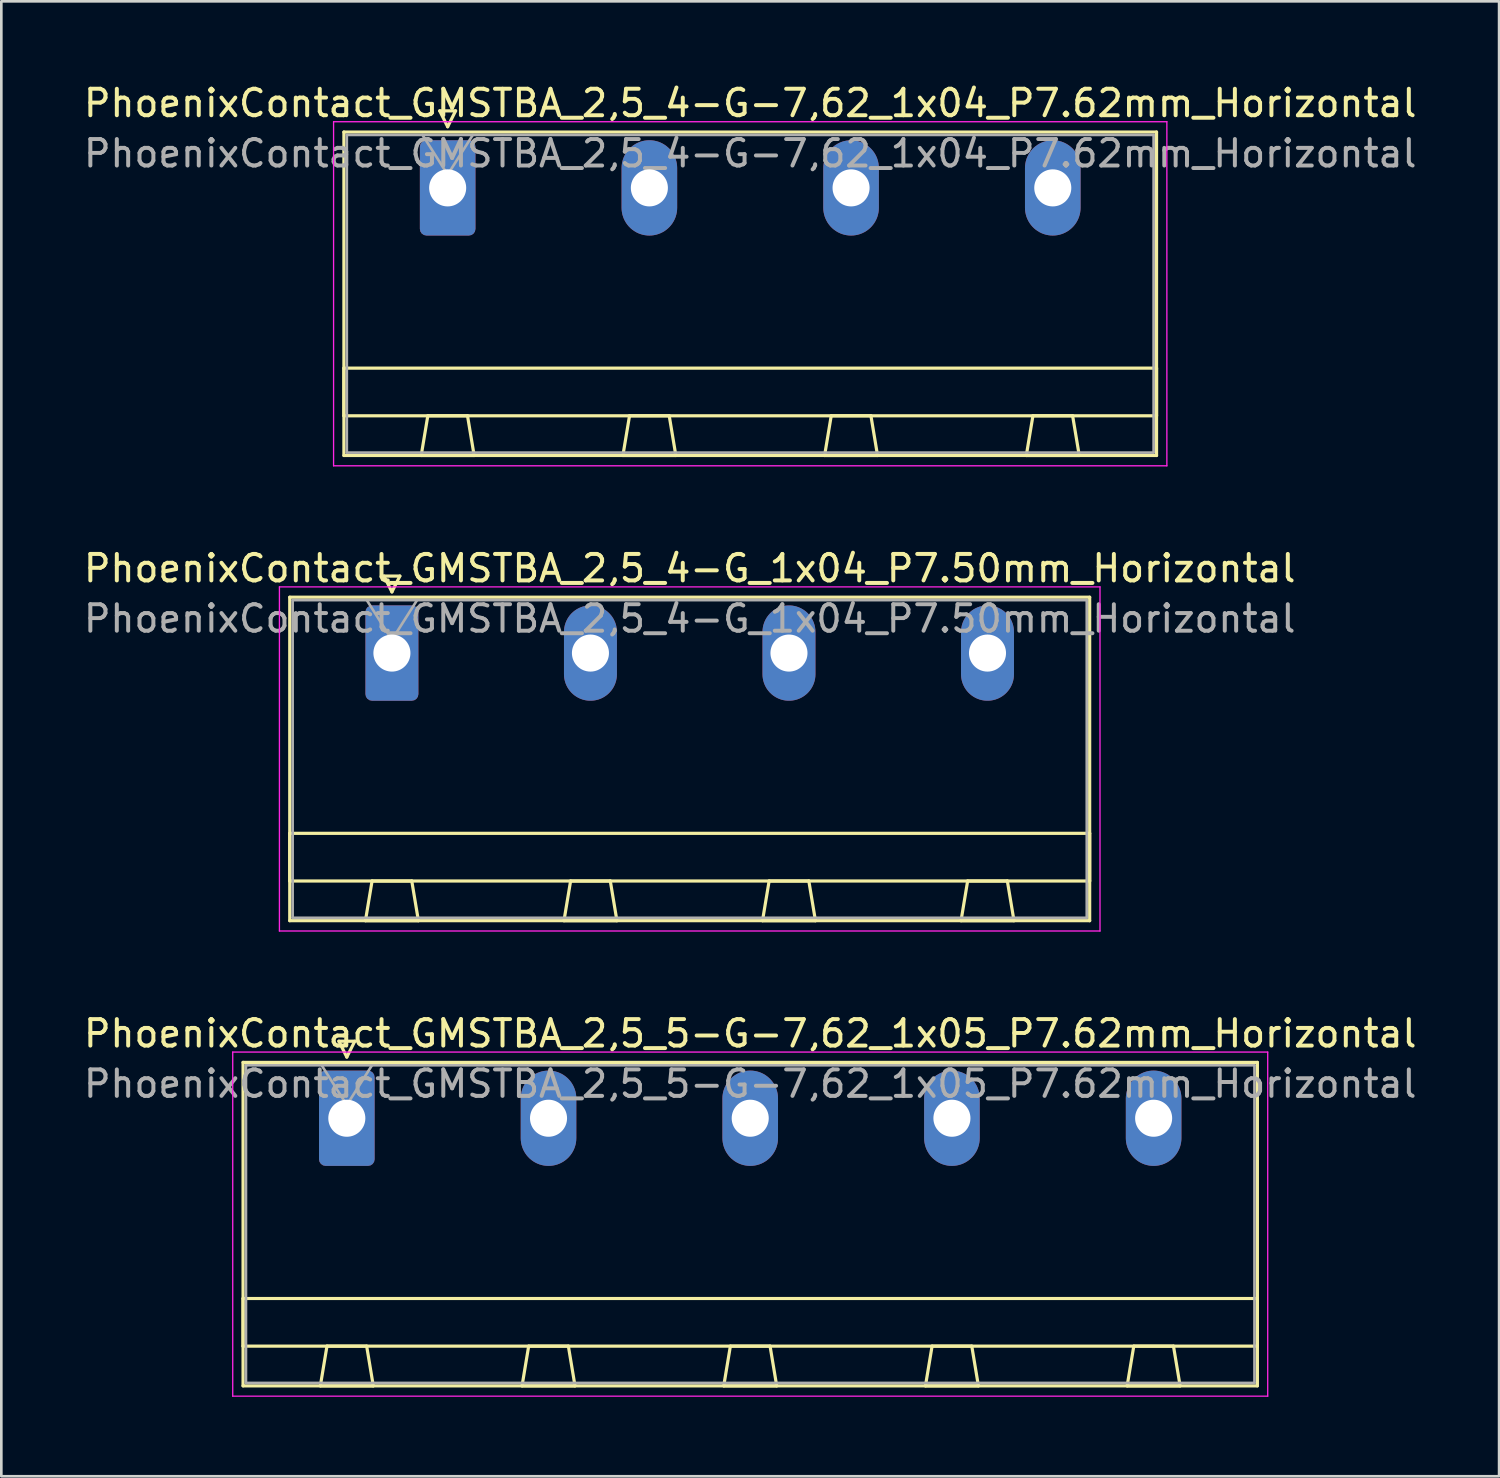
<source format=kicad_pcb>
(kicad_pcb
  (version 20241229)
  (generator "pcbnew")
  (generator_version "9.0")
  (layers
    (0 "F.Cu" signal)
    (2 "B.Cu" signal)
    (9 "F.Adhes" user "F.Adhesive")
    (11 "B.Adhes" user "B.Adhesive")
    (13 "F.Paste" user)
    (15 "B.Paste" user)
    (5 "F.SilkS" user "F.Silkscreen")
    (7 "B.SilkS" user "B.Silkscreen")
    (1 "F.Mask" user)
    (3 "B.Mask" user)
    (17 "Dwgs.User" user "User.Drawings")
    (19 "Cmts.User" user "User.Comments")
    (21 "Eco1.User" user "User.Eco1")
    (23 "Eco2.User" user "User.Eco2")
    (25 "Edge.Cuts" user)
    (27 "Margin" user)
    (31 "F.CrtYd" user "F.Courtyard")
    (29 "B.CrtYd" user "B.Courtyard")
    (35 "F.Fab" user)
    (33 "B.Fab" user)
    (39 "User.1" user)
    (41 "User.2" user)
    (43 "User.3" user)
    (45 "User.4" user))
  (footprint "PhoenixContact_GMSTBA_2,5_4-G-7,62_1x04_P7.62mm_Horizontal"
    (layer "F.Cu")
    (at 13.862 4.048)
    (property "Reference" "PhoenixContact_GMSTBA_2,5_4-G-7,62_1x04_P7.62mm_Horizontal" (at 11.43 -3.2 0) (layer "F.SilkS") (effects (font (size 1 1) (thickness 0.15))))
    (attr through_hole)
    (fp_line (start -3.92 -2.11) (end -3.92 10.11) (stroke (width 0.12) (type solid)) (layer "F.SilkS"))
    (fp_line (start -3.92 6.81) (end 26.78 6.81) (stroke (width 0.12) (type solid)) (layer "F.SilkS"))
    (fp_line (start -3.92 8.61) (end -3.92 6.81) (stroke (width 0.12) (type solid)) (layer "F.SilkS"))
    (fp_line (start -3.92 10.11) (end 26.78 10.11) (stroke (width 0.12) (type solid)) (layer "F.SilkS"))
    (fp_line (start -1 10.11) (end 1 10.11) (stroke (width 0.12) (type solid)) (layer "F.SilkS"))
    (fp_line (start -0.75 8.61) (end -1 10.11) (stroke (width 0.12) (type solid)) (layer "F.SilkS"))
    (fp_line (start -0.3 -2.91) (end 0.3 -2.91) (stroke (width 0.12) (type solid)) (layer "F.SilkS"))
    (fp_line (start 0 -2.31) (end -0.3 -2.91) (stroke (width 0.12) (type solid)) (layer "F.SilkS"))
    (fp_line (start 0.3 -2.91) (end 0 -2.31) (stroke (width 0.12) (type solid)) (layer "F.SilkS"))
    (fp_line (start 0.75 8.61) (end -0.75 8.61) (stroke (width 0.12) (type solid)) (layer "F.SilkS"))
    (fp_line (start 1 10.11) (end 0.75 8.61) (stroke (width 0.12) (type solid)) (layer "F.SilkS"))
    (fp_line (start 6.62 10.11) (end 8.62 10.11) (stroke (width 0.12) (type solid)) (layer "F.SilkS"))
    (fp_line (start 6.87 8.61) (end 6.62 10.11) (stroke (width 0.12) (type solid)) (layer "F.SilkS"))
    (fp_line (start 8.37 8.61) (end 6.87 8.61) (stroke (width 0.12) (type solid)) (layer "F.SilkS"))
    (fp_line (start 8.62 10.11) (end 8.37 8.61) (stroke (width 0.12) (type solid)) (layer "F.SilkS"))
    (fp_line (start 14.24 10.11) (end 16.24 10.11) (stroke (width 0.12) (type solid)) (layer "F.SilkS"))
    (fp_line (start 14.49 8.61) (end 14.24 10.11) (stroke (width 0.12) (type solid)) (layer "F.SilkS"))
    (fp_line (start 15.99 8.61) (end 14.49 8.61) (stroke (width 0.12) (type solid)) (layer "F.SilkS"))
    (fp_line (start 16.24 10.11) (end 15.99 8.61) (stroke (width 0.12) (type solid)) (layer "F.SilkS"))
    (fp_line (start 21.86 10.11) (end 23.86 10.11) (stroke (width 0.12) (type solid)) (layer "F.SilkS"))
    (fp_line (start 22.11 8.61) (end 21.86 10.11) (stroke (width 0.12) (type solid)) (layer "F.SilkS"))
    (fp_line (start 23.61 8.61) (end 22.11 8.61) (stroke (width 0.12) (type solid)) (layer "F.SilkS"))
    (fp_line (start 23.86 10.11) (end 23.61 8.61) (stroke (width 0.12) (type solid)) (layer "F.SilkS"))
    (fp_line (start 26.78 -2.11) (end -3.92 -2.11) (stroke (width 0.12) (type solid)) (layer "F.SilkS"))
    (fp_line (start 26.78 6.81) (end 26.78 8.61) (stroke (width 0.12) (type solid)) (layer "F.SilkS"))
    (fp_line (start 26.78 8.61) (end -3.92 8.61) (stroke (width 0.12) (type solid)) (layer "F.SilkS"))
    (fp_line (start 26.78 10.11) (end 26.78 -2.11) (stroke (width 0.12) (type solid)) (layer "F.SilkS"))
    (fp_line (start -4.31 -2.5) (end -4.31 10.5) (stroke (width 0.05) (type solid)) (layer "F.CrtYd"))
    (fp_line (start -4.31 10.5) (end 27.17 10.5) (stroke (width 0.05) (type solid)) (layer "F.CrtYd"))
    (fp_line (start 27.17 -2.5) (end -4.31 -2.5) (stroke (width 0.05) (type solid)) (layer "F.CrtYd"))
    (fp_line (start 27.17 10.5) (end 27.17 -2.5) (stroke (width 0.05) (type solid)) (layer "F.CrtYd"))
    (fp_line (start -3.81 -2) (end -3.81 10) (stroke (width 0.1) (type solid)) (layer "F.Fab"))
    (fp_line (start -3.81 10) (end 26.67 10) (stroke (width 0.1) (type solid)) (layer "F.Fab"))
    (fp_line (start 0 -0.5) (end -0.95 -2) (stroke (width 0.1) (type solid)) (layer "F.Fab"))
    (fp_line (start 0.95 -2) (end 0 -0.5) (stroke (width 0.1) (type solid)) (layer "F.Fab"))
    (fp_line (start 26.67 -2) (end -3.81 -2) (stroke (width 0.1) (type solid)) (layer "F.Fab"))
    (fp_line (start 26.67 10) (end 26.67 -2) (stroke (width 0.1) (type solid)) (layer "F.Fab"))
    (fp_text user "${REFERENCE}" (at 11.43 -1.3 0) (layer "F.Fab") (effects (font (size 1 1) (thickness 0.15))))
    (pad "1" thru_hole roundrect (at 0 0) (size 2.1 3.6) (drill 1.4) (layers "*.Cu" "*.Mask") (roundrect_rratio 0.119))
    (pad "2" thru_hole oval (at 7.62 0) (size 2.1 3.6) (drill 1.4) (layers "*.Cu" "*.Mask"))
    (pad "3" thru_hole oval (at 15.24 0) (size 2.1 3.6) (drill 1.4) (layers "*.Cu" "*.Mask"))
    (pad "4" thru_hole oval (at 22.86 0) (size 2.1 3.6) (drill 1.4) (layers "*.Cu" "*.Mask")))
  (footprint "PhoenixContact_GMSTBA_2,5_4-G_1x04_P7.50mm_Horizontal"
    (layer "F.Cu")
    (at 11.756 21.622)
    (property "Reference" "PhoenixContact_GMSTBA_2,5_4-G_1x04_P7.50mm_Horizontal" (at 11.25 -3.2 0) (layer "F.SilkS") (effects (font (size 1 1) (thickness 0.15))))
    (attr through_hole)
    (fp_line (start -3.86 -2.11) (end -3.86 10.11) (stroke (width 0.12) (type solid)) (layer "F.SilkS"))
    (fp_line (start -3.86 6.81) (end 26.36 6.81) (stroke (width 0.12) (type solid)) (layer "F.SilkS"))
    (fp_line (start -3.86 8.61) (end -3.86 6.81) (stroke (width 0.12) (type solid)) (layer "F.SilkS"))
    (fp_line (start -3.86 10.11) (end 26.36 10.11) (stroke (width 0.12) (type solid)) (layer "F.SilkS"))
    (fp_line (start -1 10.11) (end 1 10.11) (stroke (width 0.12) (type solid)) (layer "F.SilkS"))
    (fp_line (start -0.75 8.61) (end -1 10.11) (stroke (width 0.12) (type solid)) (layer "F.SilkS"))
    (fp_line (start -0.3 -2.91) (end 0.3 -2.91) (stroke (width 0.12) (type solid)) (layer "F.SilkS"))
    (fp_line (start 0 -2.31) (end -0.3 -2.91) (stroke (width 0.12) (type solid)) (layer "F.SilkS"))
    (fp_line (start 0.3 -2.91) (end 0 -2.31) (stroke (width 0.12) (type solid)) (layer "F.SilkS"))
    (fp_line (start 0.75 8.61) (end -0.75 8.61) (stroke (width 0.12) (type solid)) (layer "F.SilkS"))
    (fp_line (start 1 10.11) (end 0.75 8.61) (stroke (width 0.12) (type solid)) (layer "F.SilkS"))
    (fp_line (start 6.5 10.11) (end 8.5 10.11) (stroke (width 0.12) (type solid)) (layer "F.SilkS"))
    (fp_line (start 6.75 8.61) (end 6.5 10.11) (stroke (width 0.12) (type solid)) (layer "F.SilkS"))
    (fp_line (start 8.25 8.61) (end 6.75 8.61) (stroke (width 0.12) (type solid)) (layer "F.SilkS"))
    (fp_line (start 8.5 10.11) (end 8.25 8.61) (stroke (width 0.12) (type solid)) (layer "F.SilkS"))
    (fp_line (start 14 10.11) (end 16 10.11) (stroke (width 0.12) (type solid)) (layer "F.SilkS"))
    (fp_line (start 14.25 8.61) (end 14 10.11) (stroke (width 0.12) (type solid)) (layer "F.SilkS"))
    (fp_line (start 15.75 8.61) (end 14.25 8.61) (stroke (width 0.12) (type solid)) (layer "F.SilkS"))
    (fp_line (start 16 10.11) (end 15.75 8.61) (stroke (width 0.12) (type solid)) (layer "F.SilkS"))
    (fp_line (start 21.5 10.11) (end 23.5 10.11) (stroke (width 0.12) (type solid)) (layer "F.SilkS"))
    (fp_line (start 21.75 8.61) (end 21.5 10.11) (stroke (width 0.12) (type solid)) (layer "F.SilkS"))
    (fp_line (start 23.25 8.61) (end 21.75 8.61) (stroke (width 0.12) (type solid)) (layer "F.SilkS"))
    (fp_line (start 23.5 10.11) (end 23.25 8.61) (stroke (width 0.12) (type solid)) (layer "F.SilkS"))
    (fp_line (start 26.36 -2.11) (end -3.86 -2.11) (stroke (width 0.12) (type solid)) (layer "F.SilkS"))
    (fp_line (start 26.36 6.81) (end 26.36 8.61) (stroke (width 0.12) (type solid)) (layer "F.SilkS"))
    (fp_line (start 26.36 8.61) (end -3.86 8.61) (stroke (width 0.12) (type solid)) (layer "F.SilkS"))
    (fp_line (start 26.36 10.11) (end 26.36 -2.11) (stroke (width 0.12) (type solid)) (layer "F.SilkS"))
    (fp_line (start -4.25 -2.5) (end -4.25 10.5) (stroke (width 0.05) (type solid)) (layer "F.CrtYd"))
    (fp_line (start -4.25 10.5) (end 26.75 10.5) (stroke (width 0.05) (type solid)) (layer "F.CrtYd"))
    (fp_line (start 26.75 -2.5) (end -4.25 -2.5) (stroke (width 0.05) (type solid)) (layer "F.CrtYd"))
    (fp_line (start 26.75 10.5) (end 26.75 -2.5) (stroke (width 0.05) (type solid)) (layer "F.CrtYd"))
    (fp_line (start -3.75 -2) (end -3.75 10) (stroke (width 0.1) (type solid)) (layer "F.Fab"))
    (fp_line (start -3.75 10) (end 26.25 10) (stroke (width 0.1) (type solid)) (layer "F.Fab"))
    (fp_line (start 0 -0.5) (end -0.95 -2) (stroke (width 0.1) (type solid)) (layer "F.Fab"))
    (fp_line (start 0.95 -2) (end 0 -0.5) (stroke (width 0.1) (type solid)) (layer "F.Fab"))
    (fp_line (start 26.25 -2) (end -3.75 -2) (stroke (width 0.1) (type solid)) (layer "F.Fab"))
    (fp_line (start 26.25 10) (end 26.25 -2) (stroke (width 0.1) (type solid)) (layer "F.Fab"))
    (fp_text user "${REFERENCE}" (at 11.25 -1.3 0) (layer "F.Fab") (effects (font (size 1 1) (thickness 0.15))))
    (pad "1" thru_hole roundrect (at 0 0) (size 2 3.6) (drill 1.4) (layers "*.Cu" "*.Mask") (roundrect_rratio 0.125))
    (pad "2" thru_hole oval (at 7.5 0) (size 2 3.6) (drill 1.4) (layers "*.Cu" "*.Mask"))
    (pad "3" thru_hole oval (at 15 0) (size 2 3.6) (drill 1.4) (layers "*.Cu" "*.Mask"))
    (pad "4" thru_hole oval (at 22.5 0) (size 2 3.6) (drill 1.4) (layers "*.Cu" "*.Mask")))
  (footprint "PhoenixContact_GMSTBA_2,5_5-G-7,62_1x05_P7.62mm_Horizontal"
    (layer "F.Cu")
    (at 10.052 39.195)
    (property "Reference" "PhoenixContact_GMSTBA_2,5_5-G-7,62_1x05_P7.62mm_Horizontal" (at 15.24 -3.2 0) (layer "F.SilkS") (effects (font (size 1 1) (thickness 0.15))))
    (attr through_hole)
    (fp_line (start -3.92 -2.11) (end -3.92 10.11) (stroke (width 0.12) (type solid)) (layer "F.SilkS"))
    (fp_line (start -3.92 6.81) (end 34.4 6.81) (stroke (width 0.12) (type solid)) (layer "F.SilkS"))
    (fp_line (start -3.92 8.61) (end -3.92 6.81) (stroke (width 0.12) (type solid)) (layer "F.SilkS"))
    (fp_line (start -3.92 10.11) (end 34.4 10.11) (stroke (width 0.12) (type solid)) (layer "F.SilkS"))
    (fp_line (start -1 10.11) (end 1 10.11) (stroke (width 0.12) (type solid)) (layer "F.SilkS"))
    (fp_line (start -0.75 8.61) (end -1 10.11) (stroke (width 0.12) (type solid)) (layer "F.SilkS"))
    (fp_line (start -0.3 -2.91) (end 0.3 -2.91) (stroke (width 0.12) (type solid)) (layer "F.SilkS"))
    (fp_line (start 0 -2.31) (end -0.3 -2.91) (stroke (width 0.12) (type solid)) (layer "F.SilkS"))
    (fp_line (start 0.3 -2.91) (end 0 -2.31) (stroke (width 0.12) (type solid)) (layer "F.SilkS"))
    (fp_line (start 0.75 8.61) (end -0.75 8.61) (stroke (width 0.12) (type solid)) (layer "F.SilkS"))
    (fp_line (start 1 10.11) (end 0.75 8.61) (stroke (width 0.12) (type solid)) (layer "F.SilkS"))
    (fp_line (start 6.62 10.11) (end 8.62 10.11) (stroke (width 0.12) (type solid)) (layer "F.SilkS"))
    (fp_line (start 6.87 8.61) (end 6.62 10.11) (stroke (width 0.12) (type solid)) (layer "F.SilkS"))
    (fp_line (start 8.37 8.61) (end 6.87 8.61) (stroke (width 0.12) (type solid)) (layer "F.SilkS"))
    (fp_line (start 8.62 10.11) (end 8.37 8.61) (stroke (width 0.12) (type solid)) (layer "F.SilkS"))
    (fp_line (start 14.24 10.11) (end 16.24 10.11) (stroke (width 0.12) (type solid)) (layer "F.SilkS"))
    (fp_line (start 14.49 8.61) (end 14.24 10.11) (stroke (width 0.12) (type solid)) (layer "F.SilkS"))
    (fp_line (start 15.99 8.61) (end 14.49 8.61) (stroke (width 0.12) (type solid)) (layer "F.SilkS"))
    (fp_line (start 16.24 10.11) (end 15.99 8.61) (stroke (width 0.12) (type solid)) (layer "F.SilkS"))
    (fp_line (start 21.86 10.11) (end 23.86 10.11) (stroke (width 0.12) (type solid)) (layer "F.SilkS"))
    (fp_line (start 22.11 8.61) (end 21.86 10.11) (stroke (width 0.12) (type solid)) (layer "F.SilkS"))
    (fp_line (start 23.61 8.61) (end 22.11 8.61) (stroke (width 0.12) (type solid)) (layer "F.SilkS"))
    (fp_line (start 23.86 10.11) (end 23.61 8.61) (stroke (width 0.12) (type solid)) (layer "F.SilkS"))
    (fp_line (start 29.48 10.11) (end 31.48 10.11) (stroke (width 0.12) (type solid)) (layer "F.SilkS"))
    (fp_line (start 29.73 8.61) (end 29.48 10.11) (stroke (width 0.12) (type solid)) (layer "F.SilkS"))
    (fp_line (start 31.23 8.61) (end 29.73 8.61) (stroke (width 0.12) (type solid)) (layer "F.SilkS"))
    (fp_line (start 31.48 10.11) (end 31.23 8.61) (stroke (width 0.12) (type solid)) (layer "F.SilkS"))
    (fp_line (start 34.4 -2.11) (end -3.92 -2.11) (stroke (width 0.12) (type solid)) (layer "F.SilkS"))
    (fp_line (start 34.4 6.81) (end 34.4 8.61) (stroke (width 0.12) (type solid)) (layer "F.SilkS"))
    (fp_line (start 34.4 8.61) (end -3.92 8.61) (stroke (width 0.12) (type solid)) (layer "F.SilkS"))
    (fp_line (start 34.4 10.11) (end 34.4 -2.11) (stroke (width 0.12) (type solid)) (layer "F.SilkS"))
    (fp_line (start -4.31 -2.5) (end -4.31 10.5) (stroke (width 0.05) (type solid)) (layer "F.CrtYd"))
    (fp_line (start -4.31 10.5) (end 34.79 10.5) (stroke (width 0.05) (type solid)) (layer "F.CrtYd"))
    (fp_line (start 34.79 -2.5) (end -4.31 -2.5) (stroke (width 0.05) (type solid)) (layer "F.CrtYd"))
    (fp_line (start 34.79 10.5) (end 34.79 -2.5) (stroke (width 0.05) (type solid)) (layer "F.CrtYd"))
    (fp_line (start -3.81 -2) (end -3.81 10) (stroke (width 0.1) (type solid)) (layer "F.Fab"))
    (fp_line (start -3.81 10) (end 34.29 10) (stroke (width 0.1) (type solid)) (layer "F.Fab"))
    (fp_line (start 0 -0.5) (end -0.95 -2) (stroke (width 0.1) (type solid)) (layer "F.Fab"))
    (fp_line (start 0.95 -2) (end 0 -0.5) (stroke (width 0.1) (type solid)) (layer "F.Fab"))
    (fp_line (start 34.29 -2) (end -3.81 -2) (stroke (width 0.1) (type solid)) (layer "F.Fab"))
    (fp_line (start 34.29 10) (end 34.29 -2) (stroke (width 0.1) (type solid)) (layer "F.Fab"))
    (fp_text user "${REFERENCE}" (at 15.24 -1.3 0) (layer "F.Fab") (effects (font (size 1 1) (thickness 0.15))))
    (pad "1" thru_hole roundrect (at 0 0) (size 2.1 3.6) (drill 1.4) (layers "*.Cu" "*.Mask") (roundrect_rratio 0.119))
    (pad "2" thru_hole oval (at 7.62 0) (size 2.1 3.6) (drill 1.4) (layers "*.Cu" "*.Mask"))
    (pad "3" thru_hole oval (at 15.24 0) (size 2.1 3.6) (drill 1.4) (layers "*.Cu" "*.Mask"))
    (pad "4" thru_hole oval (at 22.86 0) (size 2.1 3.6) (drill 1.4) (layers "*.Cu" "*.Mask"))
    (pad "5" thru_hole oval (at 30.48 0) (size 2.1 3.6) (drill 1.4) (layers "*.Cu" "*.Mask")))
  (gr_rect
    (start -3 -3)
    (end 53.583 52.72)
    (stroke (width 0.1) (type default))
    (fill no)
    (layer "Edge.Cuts")))
</source>
